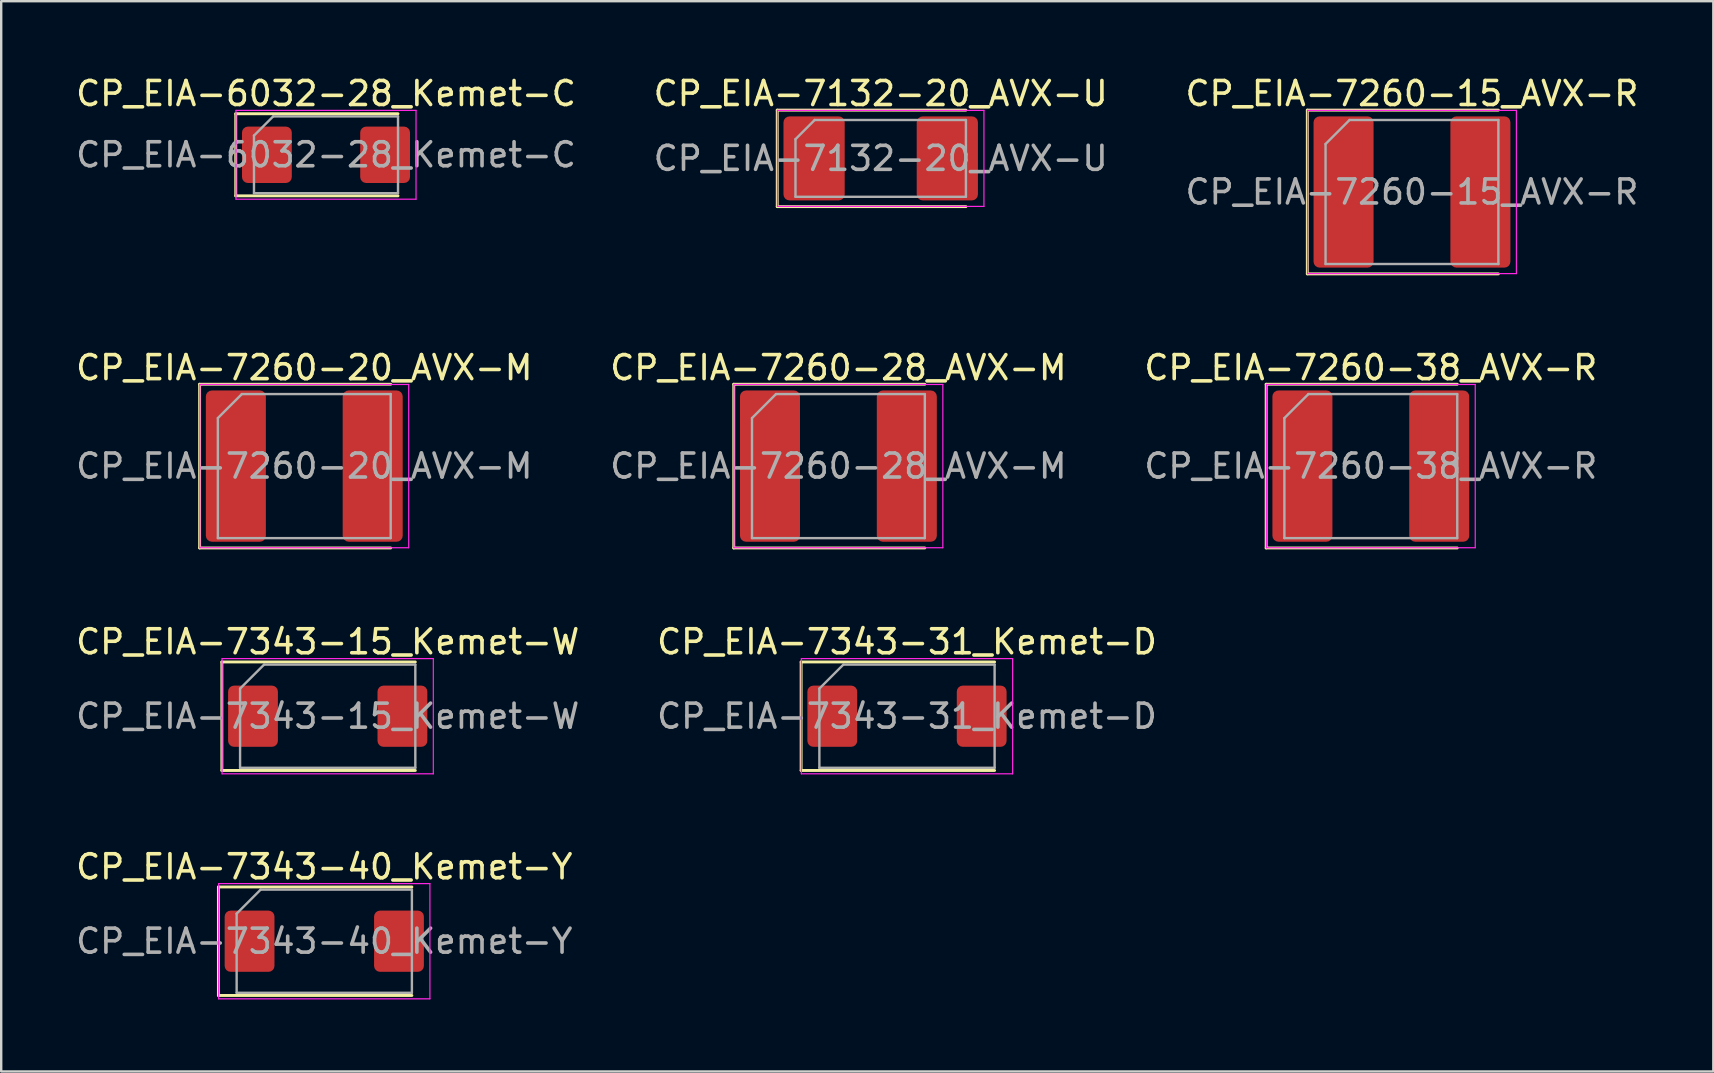
<source format=kicad_pcb>
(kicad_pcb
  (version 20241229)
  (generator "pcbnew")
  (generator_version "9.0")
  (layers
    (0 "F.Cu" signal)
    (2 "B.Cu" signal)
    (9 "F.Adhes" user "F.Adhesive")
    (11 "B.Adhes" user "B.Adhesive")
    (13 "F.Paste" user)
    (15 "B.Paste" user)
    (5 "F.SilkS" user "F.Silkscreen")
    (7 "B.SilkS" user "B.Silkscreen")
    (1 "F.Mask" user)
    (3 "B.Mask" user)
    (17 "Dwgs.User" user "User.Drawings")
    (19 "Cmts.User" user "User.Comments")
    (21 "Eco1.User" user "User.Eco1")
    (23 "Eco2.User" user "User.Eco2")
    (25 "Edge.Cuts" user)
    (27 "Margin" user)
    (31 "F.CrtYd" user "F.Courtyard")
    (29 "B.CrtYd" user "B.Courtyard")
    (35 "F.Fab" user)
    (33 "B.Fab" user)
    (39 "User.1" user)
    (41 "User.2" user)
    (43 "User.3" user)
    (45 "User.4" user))
  (footprint "CP_EIA-7343-40_Kemet-Y"
    (layer "F.Cu")
    (at 10.458 36.158)
    (property "Reference" "CP_EIA-7343-40_Kemet-Y" (at 0 -3.1 0) (layer "F.SilkS") (effects (font (size 1 1) (thickness 0.15))))
    (attr smd)
    (fp_line (start -4.41 -2.26) (end -4.41 2.26) (stroke (width 0.12) (type solid)) (layer "F.SilkS"))
    (fp_line (start -4.41 2.26) (end 3.65 2.26) (stroke (width 0.12) (type solid)) (layer "F.SilkS"))
    (fp_line (start 3.65 -2.26) (end -4.41 -2.26) (stroke (width 0.12) (type solid)) (layer "F.SilkS"))
    (fp_line (start -4.4 -2.4) (end 4.4 -2.4) (stroke (width 0.05) (type solid)) (layer "F.CrtYd"))
    (fp_line (start -4.4 2.4) (end -4.4 -2.4) (stroke (width 0.05) (type solid)) (layer "F.CrtYd"))
    (fp_line (start 4.4 -2.4) (end 4.4 2.4) (stroke (width 0.05) (type solid)) (layer "F.CrtYd"))
    (fp_line (start 4.4 2.4) (end -4.4 2.4) (stroke (width 0.05) (type solid)) (layer "F.CrtYd"))
    (fp_line (start -3.65 -1.15) (end -3.65 2.15) (stroke (width 0.1) (type solid)) (layer "F.Fab"))
    (fp_line (start -3.65 2.15) (end 3.65 2.15) (stroke (width 0.1) (type solid)) (layer "F.Fab"))
    (fp_line (start -2.65 -2.15) (end -3.65 -1.15) (stroke (width 0.1) (type solid)) (layer "F.Fab"))
    (fp_line (start 3.65 -2.15) (end -2.65 -2.15) (stroke (width 0.1) (type solid)) (layer "F.Fab"))
    (fp_line (start 3.65 2.15) (end 3.65 -2.15) (stroke (width 0.1) (type solid)) (layer "F.Fab"))
    (fp_text user "${REFERENCE}" (at 0 0 0) (layer "F.Fab") (effects (font (size 1 1) (thickness 0.15))))
    (pad "1" smd roundrect (at -3.112 0) (size 2.075 2.55) (layers "F.Cu" "F.Mask" "F.Paste") (roundrect_rratio 0.12))
    (pad "2" smd roundrect (at 3.112 0) (size 2.075 2.55) (layers "F.Cu" "F.Mask" "F.Paste") (roundrect_rratio 0.12)))
  (footprint "CP_EIA-6032-28_Kemet-C"
    (layer "F.Cu")
    (at 10.53 3.398)
    (property "Reference" "CP_EIA-6032-28_Kemet-C" (at 0 -2.55 0) (layer "F.SilkS") (effects (font (size 1 1) (thickness 0.15))))
    (attr smd)
    (fp_line (start -3.76 -1.71) (end -3.76 1.71) (stroke (width 0.12) (type solid)) (layer "F.SilkS"))
    (fp_line (start -3.76 1.71) (end 3 1.71) (stroke (width 0.12) (type solid)) (layer "F.SilkS"))
    (fp_line (start 3 -1.71) (end -3.76 -1.71) (stroke (width 0.12) (type solid)) (layer "F.SilkS"))
    (fp_line (start -3.75 -1.85) (end 3.75 -1.85) (stroke (width 0.05) (type solid)) (layer "F.CrtYd"))
    (fp_line (start -3.75 1.85) (end -3.75 -1.85) (stroke (width 0.05) (type solid)) (layer "F.CrtYd"))
    (fp_line (start 3.75 -1.85) (end 3.75 1.85) (stroke (width 0.05) (type solid)) (layer "F.CrtYd"))
    (fp_line (start 3.75 1.85) (end -3.75 1.85) (stroke (width 0.05) (type solid)) (layer "F.CrtYd"))
    (fp_line (start -3 -0.8) (end -3 1.6) (stroke (width 0.1) (type solid)) (layer "F.Fab"))
    (fp_line (start -3 1.6) (end 3 1.6) (stroke (width 0.1) (type solid)) (layer "F.Fab"))
    (fp_line (start -2.2 -1.6) (end -3 -0.8) (stroke (width 0.1) (type solid)) (layer "F.Fab"))
    (fp_line (start 3 -1.6) (end -2.2 -1.6) (stroke (width 0.1) (type solid)) (layer "F.Fab"))
    (fp_line (start 3 1.6) (end 3 -1.6) (stroke (width 0.1) (type solid)) (layer "F.Fab"))
    (fp_text user "${REFERENCE}" (at 0 0 0) (layer "F.Fab") (effects (font (size 1 1) (thickness 0.15))))
    (pad "1" smd roundrect (at -2.462 0) (size 2.075 2.35) (layers "F.Cu" "F.Mask" "F.Paste") (roundrect_rratio 0.12))
    (pad "2" smd roundrect (at 2.462 0) (size 2.075 2.35) (layers "F.Cu" "F.Mask" "F.Paste") (roundrect_rratio 0.12)))
  (footprint "CP_EIA-7132-20_AVX-U"
    (layer "F.Cu")
    (at 33.637 3.548)
    (property "Reference" "CP_EIA-7132-20_AVX-U" (at 0 -2.7 0) (layer "F.SilkS") (effects (font (size 1 1) (thickness 0.15))))
    (attr smd)
    (fp_line (start -4.31 -2.01) (end -4.31 2.01) (stroke (width 0.12) (type solid)) (layer "F.SilkS"))
    (fp_line (start -4.31 2.01) (end 3.55 2.01) (stroke (width 0.12) (type solid)) (layer "F.SilkS"))
    (fp_line (start 3.55 -2.01) (end -4.31 -2.01) (stroke (width 0.12) (type solid)) (layer "F.SilkS"))
    (fp_line (start -4.3 -2) (end 4.3 -2) (stroke (width 0.05) (type solid)) (layer "F.CrtYd"))
    (fp_line (start -4.3 2) (end -4.3 -2) (stroke (width 0.05) (type solid)) (layer "F.CrtYd"))
    (fp_line (start 4.3 -2) (end 4.3 2) (stroke (width 0.05) (type solid)) (layer "F.CrtYd"))
    (fp_line (start 4.3 2) (end -4.3 2) (stroke (width 0.05) (type solid)) (layer "F.CrtYd"))
    (fp_line (start -3.55 -0.8) (end -3.55 1.6) (stroke (width 0.1) (type solid)) (layer "F.Fab"))
    (fp_line (start -3.55 1.6) (end 3.55 1.6) (stroke (width 0.1) (type solid)) (layer "F.Fab"))
    (fp_line (start -2.75 -1.6) (end -3.55 -0.8) (stroke (width 0.1) (type solid)) (layer "F.Fab"))
    (fp_line (start 3.55 -1.6) (end -2.75 -1.6) (stroke (width 0.1) (type solid)) (layer "F.Fab"))
    (fp_line (start 3.55 1.6) (end 3.55 -1.6) (stroke (width 0.1) (type solid)) (layer "F.Fab"))
    (fp_text user "${REFERENCE}" (at 0 0 0) (layer "F.Fab") (effects (font (size 1 1) (thickness 0.15))))
    (pad "1" smd roundrect (at -2.775 0) (size 2.55 3.5) (layers "F.Cu" "F.Mask" "F.Paste") (roundrect_rratio 0.098))
    (pad "2" smd roundrect (at 2.775 0) (size 2.55 3.5) (layers "F.Cu" "F.Mask" "F.Paste") (roundrect_rratio 0.098)))
  (footprint "CP_EIA-7343-31_Kemet-D"
    (layer "F.Cu")
    (at 34.732 26.785)
    (property "Reference" "CP_EIA-7343-31_Kemet-D" (at 0 -3.1 0) (layer "F.SilkS") (effects (font (size 1 1) (thickness 0.15))))
    (attr smd)
    (fp_line (start -4.41 -2.26) (end -4.41 2.26) (stroke (width 0.12) (type solid)) (layer "F.SilkS"))
    (fp_line (start -4.41 2.26) (end 3.65 2.26) (stroke (width 0.12) (type solid)) (layer "F.SilkS"))
    (fp_line (start 3.65 -2.26) (end -4.41 -2.26) (stroke (width 0.12) (type solid)) (layer "F.SilkS"))
    (fp_line (start -4.4 -2.4) (end 4.4 -2.4) (stroke (width 0.05) (type solid)) (layer "F.CrtYd"))
    (fp_line (start -4.4 2.4) (end -4.4 -2.4) (stroke (width 0.05) (type solid)) (layer "F.CrtYd"))
    (fp_line (start 4.4 -2.4) (end 4.4 2.4) (stroke (width 0.05) (type solid)) (layer "F.CrtYd"))
    (fp_line (start 4.4 2.4) (end -4.4 2.4) (stroke (width 0.05) (type solid)) (layer "F.CrtYd"))
    (fp_line (start -3.65 -1.15) (end -3.65 2.15) (stroke (width 0.1) (type solid)) (layer "F.Fab"))
    (fp_line (start -3.65 2.15) (end 3.65 2.15) (stroke (width 0.1) (type solid)) (layer "F.Fab"))
    (fp_line (start -2.65 -2.15) (end -3.65 -1.15) (stroke (width 0.1) (type solid)) (layer "F.Fab"))
    (fp_line (start 3.65 -2.15) (end -2.65 -2.15) (stroke (width 0.1) (type solid)) (layer "F.Fab"))
    (fp_line (start 3.65 2.15) (end 3.65 -2.15) (stroke (width 0.1) (type solid)) (layer "F.Fab"))
    (fp_text user "${REFERENCE}" (at 0 0 0) (layer "F.Fab") (effects (font (size 1 1) (thickness 0.15))))
    (pad "1" smd roundrect (at -3.112 0) (size 2.075 2.55) (layers "F.Cu" "F.Mask" "F.Paste") (roundrect_rratio 0.12))
    (pad "2" smd roundrect (at 3.112 0) (size 2.075 2.55) (layers "F.Cu" "F.Mask" "F.Paste") (roundrect_rratio 0.12)))
  (footprint "CP_EIA-7260-28_AVX-M"
    (layer "F.Cu")
    (at 31.875 16.366)
    (property "Reference" "CP_EIA-7260-28_AVX-M" (at 0 -4.1 0) (layer "F.SilkS") (effects (font (size 1 1) (thickness 0.15))))
    (attr smd)
    (fp_line (start -4.36 -3.41) (end -4.36 3.41) (stroke (width 0.12) (type solid)) (layer "F.SilkS"))
    (fp_line (start -4.36 3.41) (end 3.6 3.41) (stroke (width 0.12) (type solid)) (layer "F.SilkS"))
    (fp_line (start 3.6 -3.41) (end -4.36 -3.41) (stroke (width 0.12) (type solid)) (layer "F.SilkS"))
    (fp_line (start -4.35 -3.4) (end 4.35 -3.4) (stroke (width 0.05) (type solid)) (layer "F.CrtYd"))
    (fp_line (start -4.35 3.4) (end -4.35 -3.4) (stroke (width 0.05) (type solid)) (layer "F.CrtYd"))
    (fp_line (start 4.35 -3.4) (end 4.35 3.4) (stroke (width 0.05) (type solid)) (layer "F.CrtYd"))
    (fp_line (start 4.35 3.4) (end -4.35 3.4) (stroke (width 0.05) (type solid)) (layer "F.CrtYd"))
    (fp_line (start -3.6 -2) (end -3.6 3) (stroke (width 0.1) (type solid)) (layer "F.Fab"))
    (fp_line (start -3.6 3) (end 3.6 3) (stroke (width 0.1) (type solid)) (layer "F.Fab"))
    (fp_line (start -2.6 -3) (end -3.6 -2) (stroke (width 0.1) (type solid)) (layer "F.Fab"))
    (fp_line (start 3.6 -3) (end -2.6 -3) (stroke (width 0.1) (type solid)) (layer "F.Fab"))
    (fp_line (start 3.6 3) (end 3.6 -3) (stroke (width 0.1) (type solid)) (layer "F.Fab"))
    (fp_text user "${REFERENCE}" (at 0 0 0) (layer "F.Fab") (effects (font (size 1 1) (thickness 0.15))))
    (pad "1" smd roundrect (at -2.85 0) (size 2.5 6.3) (layers "F.Cu" "F.Mask" "F.Paste") (roundrect_rratio 0.1))
    (pad "2" smd roundrect (at 2.85 0) (size 2.5 6.3) (layers "F.Cu" "F.Mask" "F.Paste") (roundrect_rratio 0.1)))
  (footprint "CP_EIA-7260-15_AVX-R"
    (layer "F.Cu")
    (at 55.768 4.948)
    (property "Reference" "CP_EIA-7260-15_AVX-R" (at 0 -4.1 0) (layer "F.SilkS") (effects (font (size 1 1) (thickness 0.15))))
    (attr smd)
    (fp_line (start -4.36 -3.41) (end -4.36 3.41) (stroke (width 0.12) (type solid)) (layer "F.SilkS"))
    (fp_line (start -4.36 3.41) (end 3.6 3.41) (stroke (width 0.12) (type solid)) (layer "F.SilkS"))
    (fp_line (start 3.6 -3.41) (end -4.36 -3.41) (stroke (width 0.12) (type solid)) (layer "F.SilkS"))
    (fp_line (start -4.35 -3.4) (end 4.35 -3.4) (stroke (width 0.05) (type solid)) (layer "F.CrtYd"))
    (fp_line (start -4.35 3.4) (end -4.35 -3.4) (stroke (width 0.05) (type solid)) (layer "F.CrtYd"))
    (fp_line (start 4.35 -3.4) (end 4.35 3.4) (stroke (width 0.05) (type solid)) (layer "F.CrtYd"))
    (fp_line (start 4.35 3.4) (end -4.35 3.4) (stroke (width 0.05) (type solid)) (layer "F.CrtYd"))
    (fp_line (start -3.6 -2) (end -3.6 3) (stroke (width 0.1) (type solid)) (layer "F.Fab"))
    (fp_line (start -3.6 3) (end 3.6 3) (stroke (width 0.1) (type solid)) (layer "F.Fab"))
    (fp_line (start -2.6 -3) (end -3.6 -2) (stroke (width 0.1) (type solid)) (layer "F.Fab"))
    (fp_line (start 3.6 -3) (end -2.6 -3) (stroke (width 0.1) (type solid)) (layer "F.Fab"))
    (fp_line (start 3.6 3) (end 3.6 -3) (stroke (width 0.1) (type solid)) (layer "F.Fab"))
    (fp_text user "${REFERENCE}" (at 0 0 0) (layer "F.Fab") (effects (font (size 1 1) (thickness 0.15))))
    (pad "1" smd roundrect (at -2.85 0) (size 2.5 6.3) (layers "F.Cu" "F.Mask" "F.Paste") (roundrect_rratio 0.1))
    (pad "2" smd roundrect (at 2.85 0) (size 2.5 6.3) (layers "F.Cu" "F.Mask" "F.Paste") (roundrect_rratio 0.1)))
  (footprint "CP_EIA-7260-20_AVX-M"
    (layer "F.Cu")
    (at 9.625 16.366)
    (property "Reference" "CP_EIA-7260-20_AVX-M" (at 0 -4.1 0) (layer "F.SilkS") (effects (font (size 1 1) (thickness 0.15))))
    (attr smd)
    (fp_line (start -4.36 -3.41) (end -4.36 3.41) (stroke (width 0.12) (type solid)) (layer "F.SilkS"))
    (fp_line (start -4.36 3.41) (end 3.6 3.41) (stroke (width 0.12) (type solid)) (layer "F.SilkS"))
    (fp_line (start 3.6 -3.41) (end -4.36 -3.41) (stroke (width 0.12) (type solid)) (layer "F.SilkS"))
    (fp_line (start -4.35 -3.4) (end 4.35 -3.4) (stroke (width 0.05) (type solid)) (layer "F.CrtYd"))
    (fp_line (start -4.35 3.4) (end -4.35 -3.4) (stroke (width 0.05) (type solid)) (layer "F.CrtYd"))
    (fp_line (start 4.35 -3.4) (end 4.35 3.4) (stroke (width 0.05) (type solid)) (layer "F.CrtYd"))
    (fp_line (start 4.35 3.4) (end -4.35 3.4) (stroke (width 0.05) (type solid)) (layer "F.CrtYd"))
    (fp_line (start -3.6 -2) (end -3.6 3) (stroke (width 0.1) (type solid)) (layer "F.Fab"))
    (fp_line (start -3.6 3) (end 3.6 3) (stroke (width 0.1) (type solid)) (layer "F.Fab"))
    (fp_line (start -2.6 -3) (end -3.6 -2) (stroke (width 0.1) (type solid)) (layer "F.Fab"))
    (fp_line (start 3.6 -3) (end -2.6 -3) (stroke (width 0.1) (type solid)) (layer "F.Fab"))
    (fp_line (start 3.6 3) (end 3.6 -3) (stroke (width 0.1) (type solid)) (layer "F.Fab"))
    (fp_text user "${REFERENCE}" (at 0 0 0) (layer "F.Fab") (effects (font (size 1 1) (thickness 0.15))))
    (pad "1" smd roundrect (at -2.85 0) (size 2.5 6.3) (layers "F.Cu" "F.Mask" "F.Paste") (roundrect_rratio 0.1))
    (pad "2" smd roundrect (at 2.85 0) (size 2.5 6.3) (layers "F.Cu" "F.Mask" "F.Paste") (roundrect_rratio 0.1)))
  (footprint "CP_EIA-7343-15_Kemet-W"
    (layer "F.Cu")
    (at 10.601 26.785)
    (property "Reference" "CP_EIA-7343-15_Kemet-W" (at 0 -3.1 0) (layer "F.SilkS") (effects (font (size 1 1) (thickness 0.15))))
    (attr smd)
    (fp_line (start -4.41 -2.26) (end -4.41 2.26) (stroke (width 0.12) (type solid)) (layer "F.SilkS"))
    (fp_line (start -4.41 2.26) (end 3.65 2.26) (stroke (width 0.12) (type solid)) (layer "F.SilkS"))
    (fp_line (start 3.65 -2.26) (end -4.41 -2.26) (stroke (width 0.12) (type solid)) (layer "F.SilkS"))
    (fp_line (start -4.4 -2.4) (end 4.4 -2.4) (stroke (width 0.05) (type solid)) (layer "F.CrtYd"))
    (fp_line (start -4.4 2.4) (end -4.4 -2.4) (stroke (width 0.05) (type solid)) (layer "F.CrtYd"))
    (fp_line (start 4.4 -2.4) (end 4.4 2.4) (stroke (width 0.05) (type solid)) (layer "F.CrtYd"))
    (fp_line (start 4.4 2.4) (end -4.4 2.4) (stroke (width 0.05) (type solid)) (layer "F.CrtYd"))
    (fp_line (start -3.65 -1.15) (end -3.65 2.15) (stroke (width 0.1) (type solid)) (layer "F.Fab"))
    (fp_line (start -3.65 2.15) (end 3.65 2.15) (stroke (width 0.1) (type solid)) (layer "F.Fab"))
    (fp_line (start -2.65 -2.15) (end -3.65 -1.15) (stroke (width 0.1) (type solid)) (layer "F.Fab"))
    (fp_line (start 3.65 -2.15) (end -2.65 -2.15) (stroke (width 0.1) (type solid)) (layer "F.Fab"))
    (fp_line (start 3.65 2.15) (end 3.65 -2.15) (stroke (width 0.1) (type solid)) (layer "F.Fab"))
    (fp_text user "${REFERENCE}" (at 0 0 0) (layer "F.Fab") (effects (font (size 1 1) (thickness 0.15))))
    (pad "1" smd roundrect (at -3.112 0) (size 2.075 2.55) (layers "F.Cu" "F.Mask" "F.Paste") (roundrect_rratio 0.12))
    (pad "2" smd roundrect (at 3.112 0) (size 2.075 2.55) (layers "F.Cu" "F.Mask" "F.Paste") (roundrect_rratio 0.12)))
  (footprint "CP_EIA-7260-38_AVX-R"
    (layer "F.Cu")
    (at 54.054 16.366)
    (property "Reference" "CP_EIA-7260-38_AVX-R" (at 0 -4.1 0) (layer "F.SilkS") (effects (font (size 1 1) (thickness 0.15))))
    (attr smd)
    (fp_line (start -4.36 -3.41) (end -4.36 3.41) (stroke (width 0.12) (type solid)) (layer "F.SilkS"))
    (fp_line (start -4.36 3.41) (end 3.6 3.41) (stroke (width 0.12) (type solid)) (layer "F.SilkS"))
    (fp_line (start 3.6 -3.41) (end -4.36 -3.41) (stroke (width 0.12) (type solid)) (layer "F.SilkS"))
    (fp_line (start -4.35 -3.4) (end 4.35 -3.4) (stroke (width 0.05) (type solid)) (layer "F.CrtYd"))
    (fp_line (start -4.35 3.4) (end -4.35 -3.4) (stroke (width 0.05) (type solid)) (layer "F.CrtYd"))
    (fp_line (start 4.35 -3.4) (end 4.35 3.4) (stroke (width 0.05) (type solid)) (layer "F.CrtYd"))
    (fp_line (start 4.35 3.4) (end -4.35 3.4) (stroke (width 0.05) (type solid)) (layer "F.CrtYd"))
    (fp_line (start -3.6 -2) (end -3.6 3) (stroke (width 0.1) (type solid)) (layer "F.Fab"))
    (fp_line (start -3.6 3) (end 3.6 3) (stroke (width 0.1) (type solid)) (layer "F.Fab"))
    (fp_line (start -2.6 -3) (end -3.6 -2) (stroke (width 0.1) (type solid)) (layer "F.Fab"))
    (fp_line (start 3.6 -3) (end -2.6 -3) (stroke (width 0.1) (type solid)) (layer "F.Fab"))
    (fp_line (start 3.6 3) (end 3.6 -3) (stroke (width 0.1) (type solid)) (layer "F.Fab"))
    (fp_text user "${REFERENCE}" (at 0 0 0) (layer "F.Fab") (effects (font (size 1 1) (thickness 0.15))))
    (pad "1" smd roundrect (at -2.85 0) (size 2.5 6.3) (layers "F.Cu" "F.Mask" "F.Paste") (roundrect_rratio 0.1))
    (pad "2" smd roundrect (at 2.85 0) (size 2.5 6.3) (layers "F.Cu" "F.Mask" "F.Paste") (roundrect_rratio 0.1)))
  (gr_rect
    (start -3 -3)
    (end 68.321 41.583)
    (stroke (width 0.1) (type default))
    (fill no)
    (layer "Edge.Cuts")))
</source>
